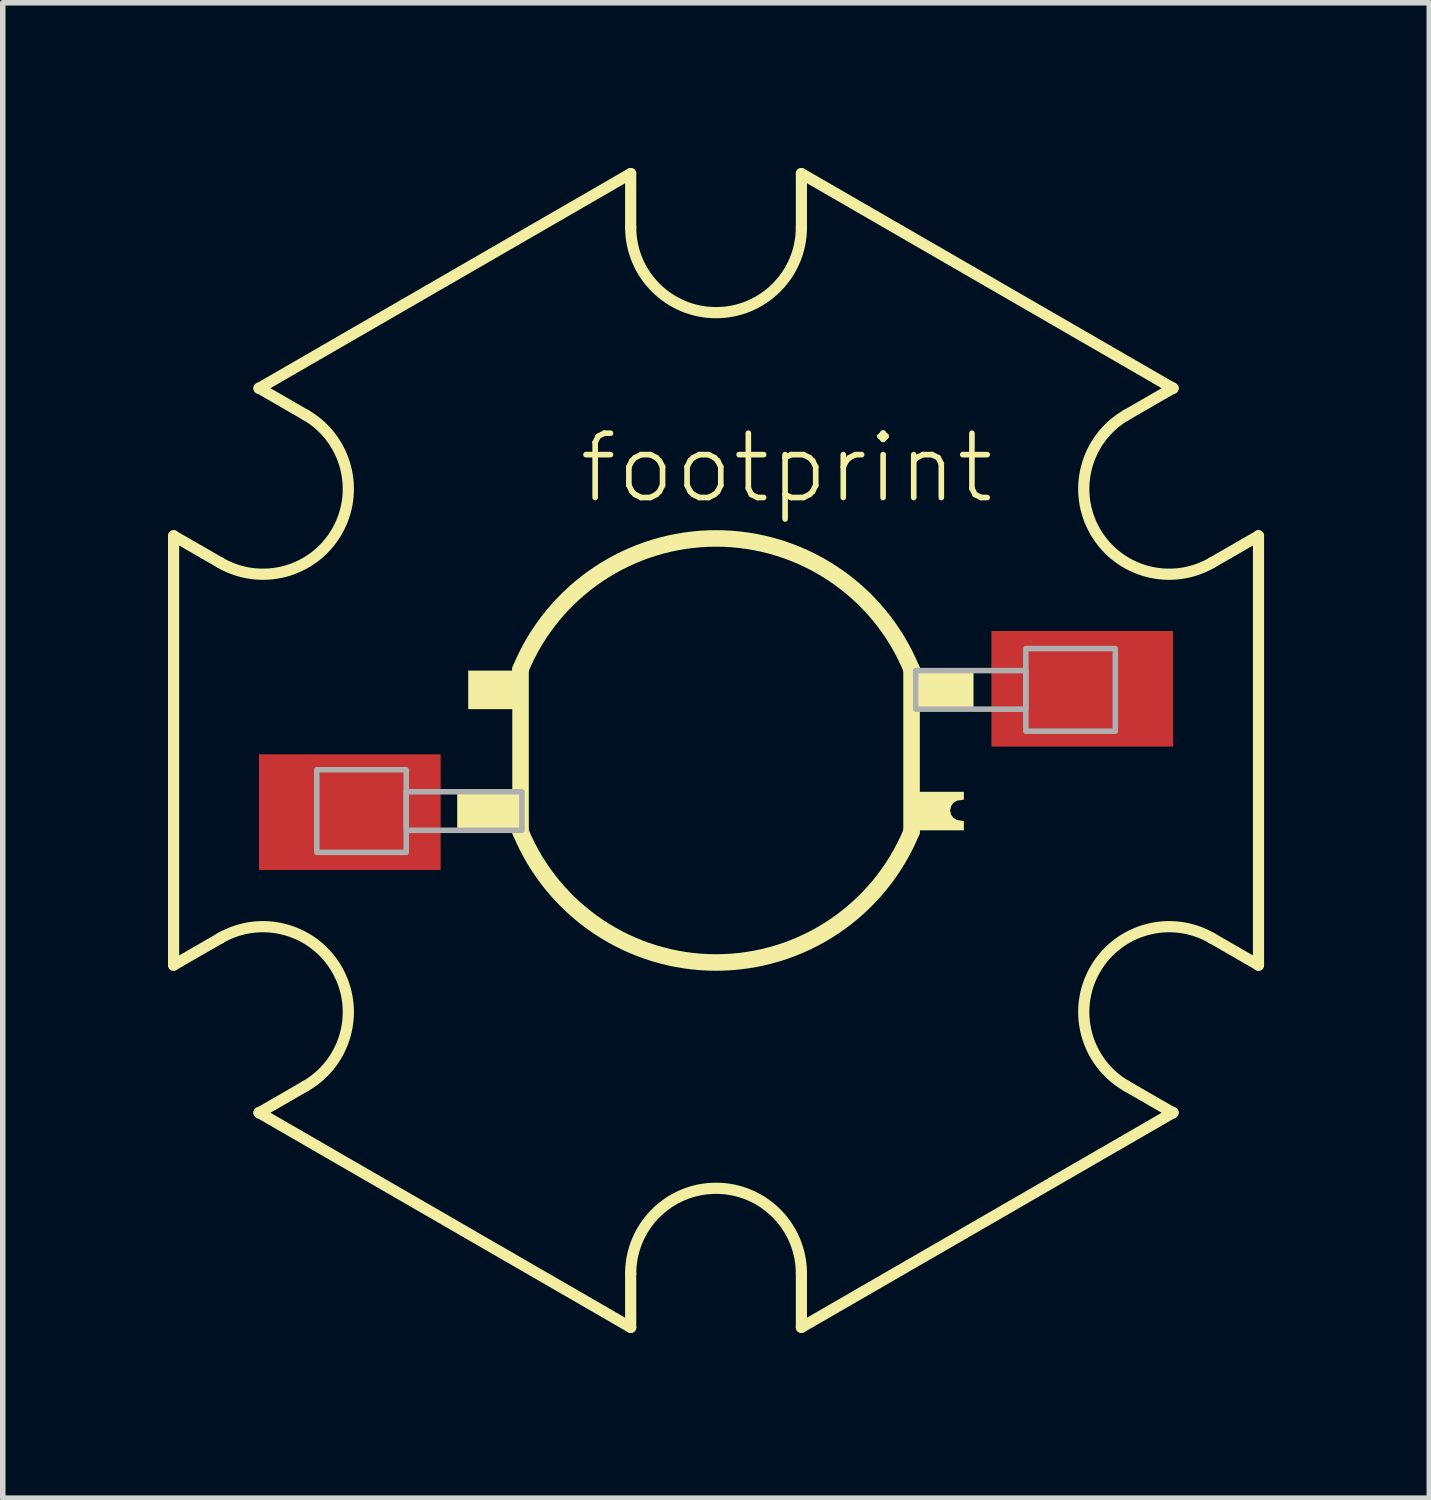
<source format=kicad_pcb>
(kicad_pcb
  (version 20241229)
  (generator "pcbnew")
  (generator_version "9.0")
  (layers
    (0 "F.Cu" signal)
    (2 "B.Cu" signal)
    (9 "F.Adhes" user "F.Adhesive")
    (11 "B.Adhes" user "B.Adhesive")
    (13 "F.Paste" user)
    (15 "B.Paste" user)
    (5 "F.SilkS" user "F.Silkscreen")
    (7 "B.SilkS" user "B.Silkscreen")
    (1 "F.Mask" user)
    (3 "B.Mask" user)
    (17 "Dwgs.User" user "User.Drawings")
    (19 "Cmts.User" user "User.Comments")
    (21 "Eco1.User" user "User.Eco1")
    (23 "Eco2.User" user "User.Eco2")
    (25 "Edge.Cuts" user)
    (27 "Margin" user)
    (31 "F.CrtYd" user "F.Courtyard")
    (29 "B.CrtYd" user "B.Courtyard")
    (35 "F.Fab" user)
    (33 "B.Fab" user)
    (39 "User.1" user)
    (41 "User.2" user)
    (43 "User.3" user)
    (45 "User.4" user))
  (footprint "footprint"
    (layer "F.Cu")
    (at 9.952 10.577)
    (property "Reference" "footprint" (at -2.54 -4.445 0) (layer "F.SilkS") (effects (font (size 1.168 1.168) (thickness 0.102)) (justify left bottom)))
    (fp_circle (center 0 0) (end 1.6 0) (stroke (width 3.2) (type solid)) (fill yes) (layer "F.Mask"))
    (fp_line (start -9.85 3.9) (end -9.85 -3.9) (stroke (width 0.203) (type solid)) (layer "F.SilkS"))
    (fp_line (start -9.847 -3.895) (end -9.002 -3.408) (stroke (width 0.203) (type solid)) (layer "F.SilkS"))
    (fp_line (start -9.847 3.895) (end -9.002 3.408) (stroke (width 0.203) (type solid)) (layer "F.SilkS"))
    (fp_line (start -8.3 -6.575) (end -1.55 -10.475) (stroke (width 0.203) (type solid)) (layer "F.SilkS"))
    (fp_line (start -8.297 -6.58) (end -7.452 -6.092) (stroke (width 0.203) (type solid)) (layer "F.SilkS"))
    (fp_line (start -8.297 6.58) (end -7.452 6.092) (stroke (width 0.203) (type solid)) (layer "F.SilkS"))
    (fp_line (start -3.55 1.475) (end -3.55 -1.475) (stroke (width 0.3) (type solid)) (layer "F.SilkS"))
    (fp_line (start -1.55 -10.475) (end -1.55 -9.5) (stroke (width 0.203) (type solid)) (layer "F.SilkS"))
    (fp_line (start -1.55 10.475) (end -8.3 6.575) (stroke (width 0.203) (type solid)) (layer "F.SilkS"))
    (fp_line (start -1.55 10.475) (end -1.55 9.5) (stroke (width 0.203) (type solid)) (layer "F.SilkS"))
    (fp_line (start 1.55 -10.475) (end 1.55 -9.5) (stroke (width 0.203) (type solid)) (layer "F.SilkS"))
    (fp_line (start 1.55 -10.475) (end 8.3 -6.575) (stroke (width 0.203) (type solid)) (layer "F.SilkS"))
    (fp_line (start 1.55 10.475) (end 1.55 9.5) (stroke (width 0.203) (type solid)) (layer "F.SilkS"))
    (fp_line (start 3.55 -1.475) (end 3.55 1.475) (stroke (width 0.3) (type solid)) (layer "F.SilkS"))
    (fp_line (start 8.297 -6.58) (end 7.452 -6.092) (stroke (width 0.203) (type solid)) (layer "F.SilkS"))
    (fp_line (start 8.297 6.58) (end 7.452 6.092) (stroke (width 0.203) (type solid)) (layer "F.SilkS"))
    (fp_line (start 8.3 6.575) (end 1.55 10.475) (stroke (width 0.203) (type solid)) (layer "F.SilkS"))
    (fp_line (start 9.847 -3.895) (end 9.002 -3.408) (stroke (width 0.203) (type solid)) (layer "F.SilkS"))
    (fp_line (start 9.847 3.895) (end 9.002 3.408) (stroke (width 0.203) (type solid)) (layer "F.SilkS"))
    (fp_line (start 9.85 3.9) (end 9.85 -3.9) (stroke (width 0.203) (type solid)) (layer "F.SilkS"))
    (fp_arc (start -9.0022 3.4076) (mid -6.88485 3.97495) (end -7.4522 6.0923) (stroke (width 0.2032) (type solid)) (layer "F.SilkS"))
    (fp_arc (start -7.4522 -6.0923) (mid -6.88485 -3.97495) (end -9.0022 -3.4076) (stroke (width 0.2032) (type solid)) (layer "F.SilkS"))
    (fp_arc (start -3.55 -1.475) (mid 0 -3.850098) (end 3.55 -1.475) (stroke (width 0.3) (type solid)) (layer "F.SilkS"))
    (fp_arc (start -1.55 9.5) (mid 0 7.95) (end 1.55 9.5) (stroke (width 0.2032) (type solid)) (layer "F.SilkS"))
    (fp_arc (start 1.55 -9.5) (mid 0 -7.95) (end -1.55 -9.5) (stroke (width 0.2032) (type solid)) (layer "F.SilkS"))
    (fp_arc (start 3.55 1.475) (mid -0.000001 3.849973) (end -3.550001 1.474998) (stroke (width 0.3) (type solid)) (layer "F.SilkS"))
    (fp_arc (start 7.4522 6.0923) (mid 6.88485 3.97495) (end 9.0022 3.4076) (stroke (width 0.2032) (type solid)) (layer "F.SilkS"))
    (fp_arc (start 9.0022 -3.4076) (mid 6.88485 -3.97495) (end 7.4522 -6.0923) (stroke (width 0.2032) (type solid)) (layer "F.SilkS"))
    (fp_poly (pts (xy -4.7 1.45) (xy -3.525 1.45) (xy -3.525 0.75) (xy -4.7 0.75)) (stroke (width 0) (type solid)) (fill yes) (layer "F.SilkS"))
    (fp_poly (pts (xy -4.5 -0.75) (xy -3.55 -0.75) (xy -3.55 -1.45) (xy -4.5 -1.45)) (stroke (width 0) (type solid)) (fill yes) (layer "F.SilkS"))
    (fp_poly (pts (xy 3.5 -0.75) (xy 4.675 -0.75) (xy 4.675 -1.45) (xy 3.5 -1.45)) (stroke (width 0) (type solid)) (fill yes) (layer "F.SilkS"))
    (fp_poly (pts (xy 4.5 0.893) (xy 4.373 0.912) (xy 4.309 0.952) (xy 4.266 1.014) (xy 4.251 1.087) (xy 4.266 1.161) (xy 4.309 1.223) (xy 4.373 1.263) (xy 4.5 1.282) (xy 4.5 1.45) (xy 3.6 1.45) (xy 3.6 0.75) (xy 4.5 0.75)) (stroke (width 0) (type solid)) (fill yes) (layer "F.SilkS"))
    (fp_circle (center 0 0) (end 1.5 0) (stroke (width 3) (type solid)) (fill yes) (layer "F.Paste"))
    (fp_poly (pts (xy -7.25 1.85) (xy -5.625 1.85) (xy -5.625 0.35) (xy -7.25 0.35)) (stroke (width 0.1) (type solid)) (fill no) (layer "F.Fab"))
    (fp_poly (pts (xy -5.625 1.45) (xy -3.525 1.45) (xy -3.525 0.75) (xy -5.625 0.75)) (stroke (width 0.1) (type solid)) (fill no) (layer "F.Fab"))
    (fp_poly (pts (xy 5.625 -1.45) (xy 3.625 -1.45) (xy 3.625 -0.75) (xy 5.625 -0.75)) (stroke (width 0.1) (type solid)) (fill no) (layer "F.Fab"))
    (fp_poly (pts (xy 7.25 -1.85) (xy 5.625 -1.85) (xy 5.625 -0.35) (xy 7.25 -0.35)) (stroke (width 0.1) (type solid)) (fill no) (layer "F.Fab"))
    (pad "A" smd rect (at -6.65 1.12) (size 3.3 2.1) (layers "F.Cu" "F.Mask" "F.Paste"))
    (pad "C" smd rect (at 6.65 -1.12) (size 3.3 2.1) (layers "F.Cu" "F.Mask" "F.Paste")))
  (gr_rect
    (start -3 -3)
    (end 22.903 24.153)
    (stroke (width 0.1) (type default))
    (fill no)
    (layer "Edge.Cuts")))
</source>
